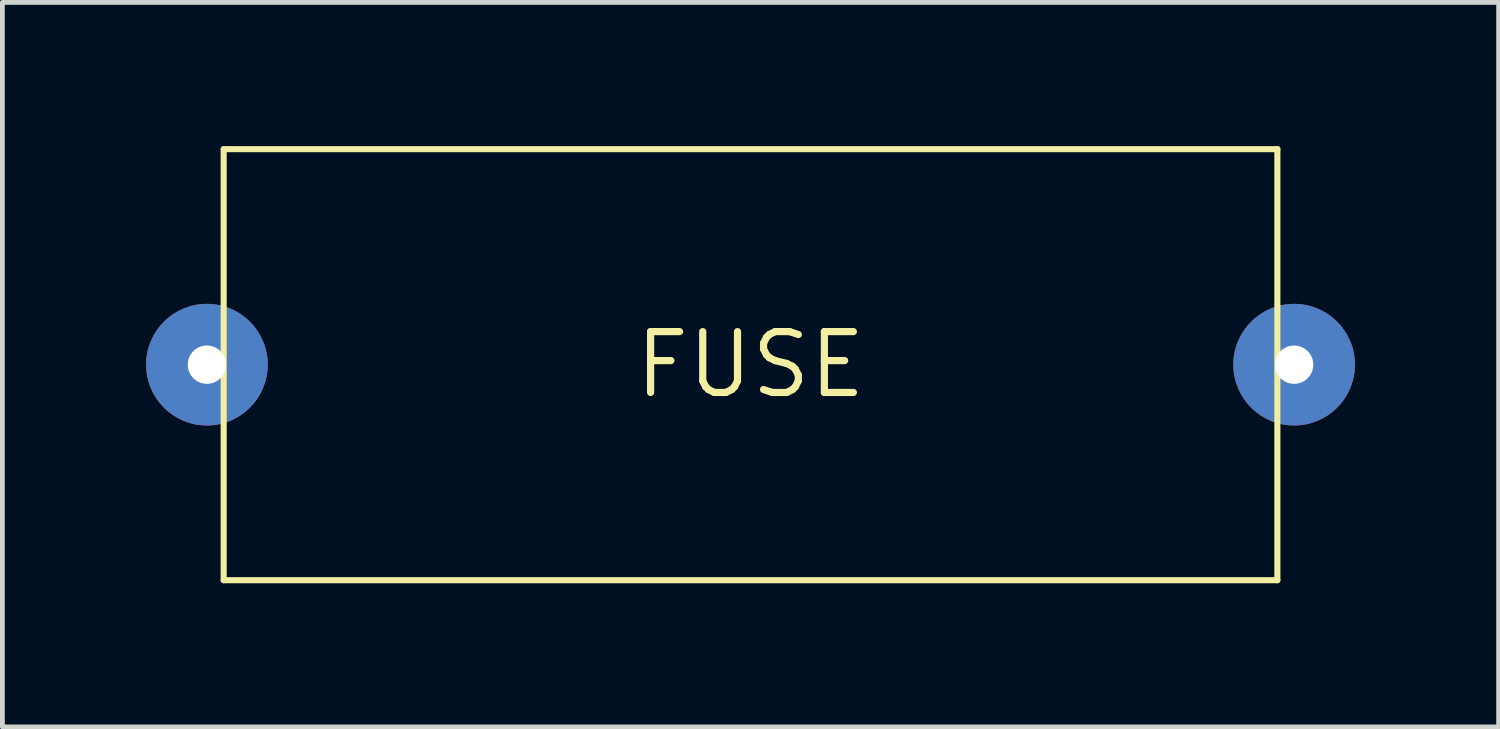
<source format=kicad_pcb>
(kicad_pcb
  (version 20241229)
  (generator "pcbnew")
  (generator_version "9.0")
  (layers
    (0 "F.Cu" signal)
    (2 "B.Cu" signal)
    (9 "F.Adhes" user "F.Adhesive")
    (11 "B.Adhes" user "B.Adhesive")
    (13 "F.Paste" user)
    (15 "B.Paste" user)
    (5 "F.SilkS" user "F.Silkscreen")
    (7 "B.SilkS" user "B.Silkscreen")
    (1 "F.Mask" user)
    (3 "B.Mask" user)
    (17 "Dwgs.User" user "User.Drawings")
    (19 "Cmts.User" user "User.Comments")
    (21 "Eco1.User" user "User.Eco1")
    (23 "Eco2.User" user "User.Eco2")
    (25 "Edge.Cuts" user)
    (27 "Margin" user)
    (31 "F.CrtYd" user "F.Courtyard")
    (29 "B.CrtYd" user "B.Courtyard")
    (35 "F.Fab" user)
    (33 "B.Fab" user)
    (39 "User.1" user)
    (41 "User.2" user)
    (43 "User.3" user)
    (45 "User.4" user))
  (footprint "FUSE"
    (layer "F.Cu")
    (at 12.62 4.564)
    (property "Reference" "FUSE" (at 0 0 0) (layer "F.SilkS") (effects (font (size 1.27 1.27) (thickness 0.15))))
    (attr through_hole)
    (fp_line (start -11 -4.5) (end -11 4.5) (stroke (width 0.127) (type solid)) (layer "F.SilkS"))
    (fp_line (start -11 4.5) (end 11 4.5) (stroke (width 0.127) (type solid)) (layer "F.SilkS"))
    (fp_line (start 11 -4.5) (end -11 -4.5) (stroke (width 0.127) (type solid)) (layer "F.SilkS"))
    (fp_line (start 11 4.5) (end 11 -4.5) (stroke (width 0.127) (type solid)) (layer "F.SilkS"))
    (pad "P$1" thru_hole circle (at 11.35 0) (size 2.54 2.54) (drill 0.8) (layers "*.Cu" "*.Mask"))
    (pad "P$2" thru_hole circle (at -11.35 0) (size 2.54 2.54) (drill 0.8) (layers "*.Cu" "*.Mask")))
  (gr_rect
    (start -3 -3)
    (end 28.24 12.127)
    (stroke (width 0.1) (type default))
    (fill no)
    (layer "Edge.Cuts")))
</source>
